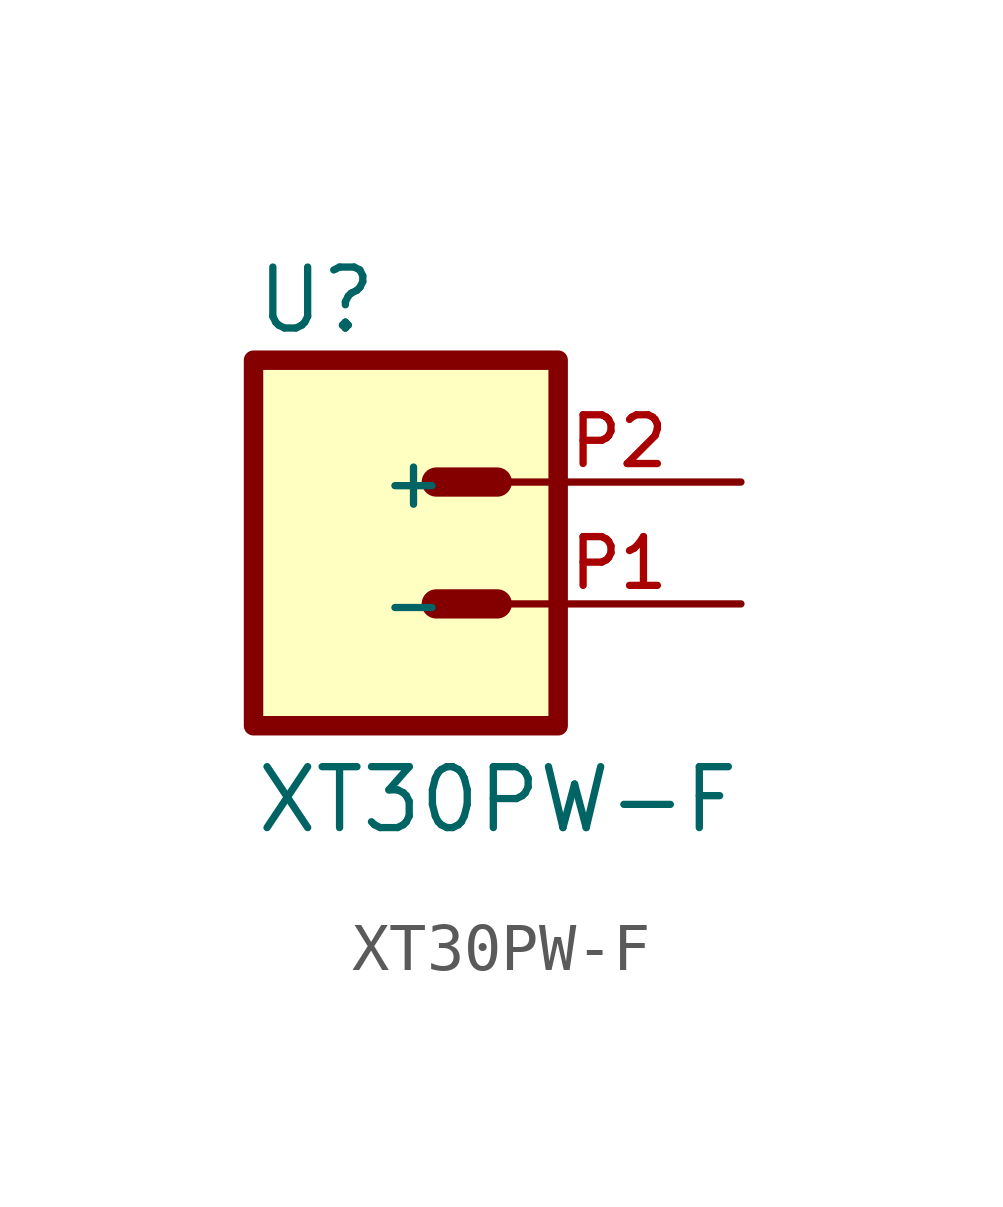
<source format=kicad_sym>
(kicad_symbol_lib
  (version 20211014)
  (generator kicad_symbol_editor)
  (symbol "XT30PW-F"
    (pin_names
      (offset 1.016))
    (property "Reference" "U"
      (at -2.54 5.588 0)
      (effects (font (size 1.27 1.27)) (justify bottom left)))
    (property "Value" "XT30PW-F"
      (at -2.54 -4.826 0)
      (effects (font (size 1.27 1.27)) (justify bottom left)))
    (symbol "XT30PW-F_0_0"
      (polyline (pts (xy 1.27 2.54) (xy 2.54 2.54)) (stroke (width 0.61)))
      (polyline (pts (xy 1.27 0.0) (xy 2.54 0.0)) (stroke (width 0.61)))
      (rectangle (start -2.54 -2.54) (end 3.81 5.08) (stroke (width 0.406)) (fill (type background)))
      (pin passive line (at 7.62 0.0 180.0) (length 5.08) (name "-" (effects (font (size 1.016 1.016)))) (number "P1" (effects (font (size 1.016 1.016)))))
      (pin passive line (at 7.62 2.54 180.0) (length 5.08) (name "+" (effects (font (size 1.016 1.016)))) (number "P2" (effects (font (size 1.016 1.016))))))))
</source>
